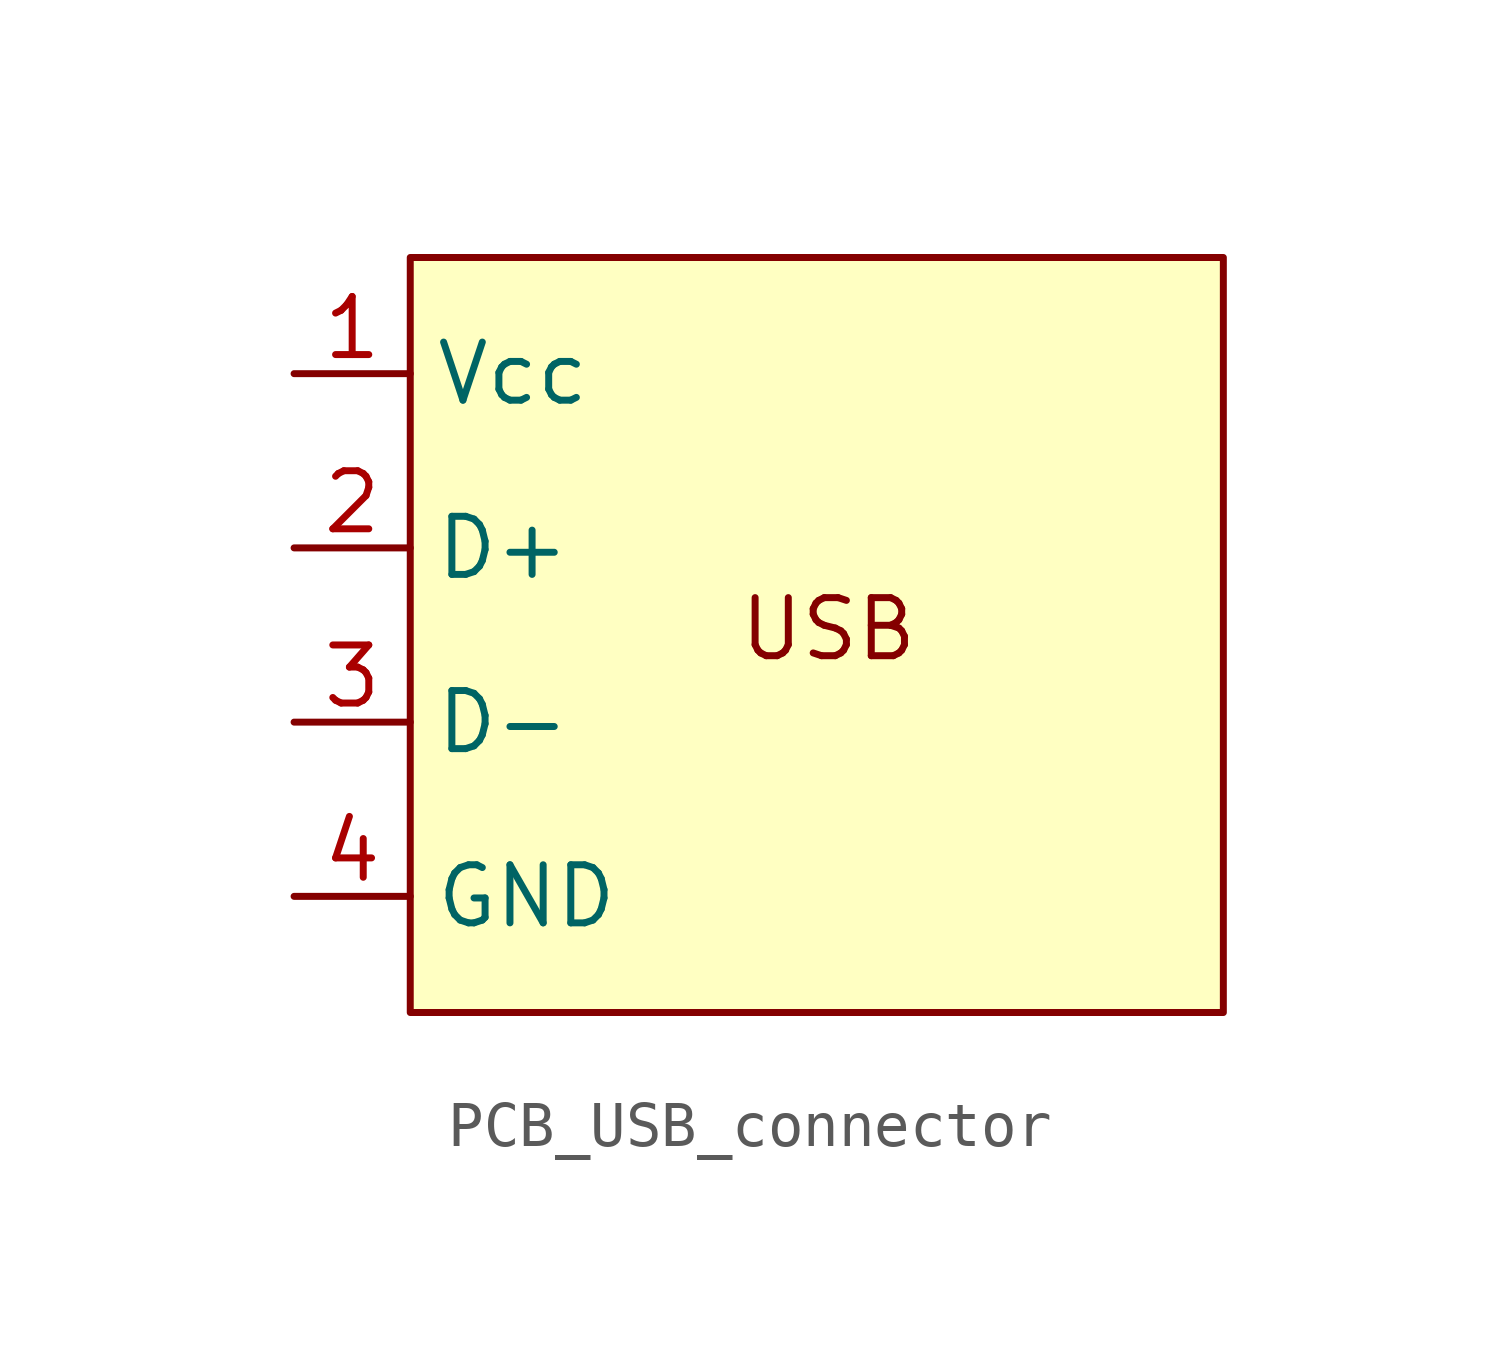
<source format=kicad_sym>
(kicad_symbol_lib
  (version 20241209)
  (generator "kicad_symbol_editor")
  (generator_version "9.0")
  (symbol "PCB_USB_connector"
    (property "Reference" "U"
      (at 0 0 0)
      (effects (font (size 1.27 1.27) (thickness 0.159)) (hide yes)))
    (property "Value" ""
      (at 0 0 0)
      (effects (font (size 1.27 1.27))))
    (symbol "PCB_USB_connector_1_1"
      (rectangle (start -10.16 6.35) (end 7.62 -10.16) (stroke (width 0) (type solid)) (fill (type background)))
      (text "USB" (at -1.016 -1.778 0) (effects (font (size 1.27 1.27))))
      (pin power_in line (at -12.7 3.81 0) (length 2.54) (name "Vcc" (effects (font (size 1.27 1.27)))) (number "1" (effects (font (size 1.27 1.27)))))
      (pin bidirectional line (at -12.7 0 0) (length 2.54) (name "D+" (effects (font (size 1.27 1.27)))) (number "2" (effects (font (size 1.27 1.27)))))
      (pin bidirectional line (at -12.7 -3.81 0) (length 2.54) (name "D-" (effects (font (size 1.27 1.27)))) (number "3" (effects (font (size 1.27 1.27)))))
      (pin power_in line (at -12.7 -7.62 0) (length 2.54) (name "GND" (effects (font (size 1.27 1.27)))) (number "4" (effects (font (size 1.27 1.27))))))))
</source>
